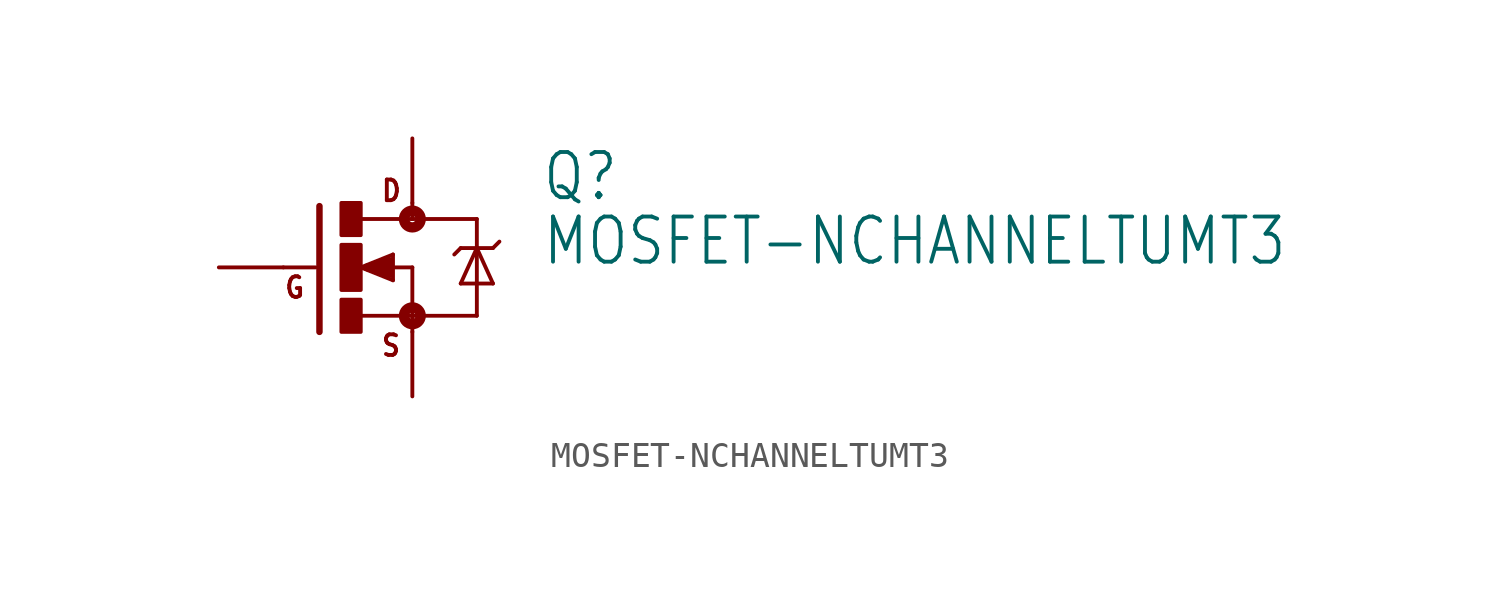
<source format=kicad_sym>
(kicad_symbol_lib
  (version 20211014)
  (generator kicad_symbol_editor)
  (symbol "MOSFET-NCHANNELTUMT3"
    (property "Reference" "Q"
      (at 5.08 2.54 0)
      (effects (font (size 1.778 1.511)) (justify left bottom)))
    (property "Value" "MOSFET-NCHANNELTUMT3"
      (at 5.08 0 0)
      (effects (font (size 1.778 1.511)) (justify left bottom)))
    (property "ki_locked" ""
      (at 0 0 0)
      (effects (font (size 1.27 1.27))))
    (symbol "MOSFET-NCHANNELTUMT3_1_0"
      (rectangle (start -2.794 -2.54) (end -2.032 -1.27) (stroke (width 0) (type default) (color 0 0 0 0)) (fill (type outline)))
      (rectangle (start -2.794 -0.889) (end -2.032 0.889) (stroke (width 0) (type default) (color 0 0 0 0)) (fill (type outline)))
      (rectangle (start -2.794 1.27) (end -2.032 2.54) (stroke (width 0) (type default) (color 0 0 0 0)) (fill (type outline)))
      (circle (center 0 -1.905) (radius 0.127) (stroke (width 0.406) (type default) (color 0 0 0 0)) (fill (type none)))
      (polyline (pts (xy -3.81 0) (xy -5.08 0)) (stroke (width 0.152) (type default) (color 0 0 0 0)) (fill (type none)))
      (polyline (pts (xy -3.658 2.413) (xy -3.658 -2.54)) (stroke (width 0.254) (type default) (color 0 0 0 0)) (fill (type none)))
      (polyline (pts (xy -2.032 -1.905) (xy 0 -1.905)) (stroke (width 0.152) (type default) (color 0 0 0 0)) (fill (type none)))
      (polyline (pts (xy -2.032 0) (xy -0.762 -0.508)) (stroke (width 0.152) (type default) (color 0 0 0 0)) (fill (type none)))
      (polyline (pts (xy -1.778 0) (xy -0.889 -0.254)) (stroke (width 0.305) (type default) (color 0 0 0 0)) (fill (type none)))
      (polyline (pts (xy -0.889 -0.254) (xy -0.889 0)) (stroke (width 0.305) (type default) (color 0 0 0 0)) (fill (type none)))
      (polyline (pts (xy -0.889 0) (xy -1.143 0)) (stroke (width 0.305) (type default) (color 0 0 0 0)) (fill (type none)))
      (polyline (pts (xy -0.889 0) (xy 0 0)) (stroke (width 0.152) (type default) (color 0 0 0 0)) (fill (type none)))
      (polyline (pts (xy -0.889 0.254) (xy -1.778 0)) (stroke (width 0.305) (type default) (color 0 0 0 0)) (fill (type none)))
      (polyline (pts (xy -0.762 -0.508) (xy -0.762 0.508)) (stroke (width 0.152) (type default) (color 0 0 0 0)) (fill (type none)))
      (polyline (pts (xy -0.762 0.508) (xy -2.032 0)) (stroke (width 0.152) (type default) (color 0 0 0 0)) (fill (type none)))
      (polyline (pts (xy 0 -1.905) (xy 0 -2.54)) (stroke (width 0.152) (type default) (color 0 0 0 0)) (fill (type none)))
      (polyline (pts (xy 0 0) (xy 0 -1.905)) (stroke (width 0.152) (type default) (color 0 0 0 0)) (fill (type none)))
      (polyline (pts (xy 0 1.905) (xy -2.007 1.905)) (stroke (width 0.152) (type default) (color 0 0 0 0)) (fill (type none)))
      (polyline (pts (xy 0 1.905) (xy 2.54 1.905)) (stroke (width 0.152) (type default) (color 0 0 0 0)) (fill (type none)))
      (polyline (pts (xy 0 2.54) (xy 0 1.905)) (stroke (width 0.152) (type default) (color 0 0 0 0)) (fill (type none)))
      (polyline (pts (xy 1.905 -0.635) (xy 3.175 -0.635)) (stroke (width 0.152) (type default) (color 0 0 0 0)) (fill (type none)))
      (polyline (pts (xy 1.905 0.762) (xy 1.651 0.508)) (stroke (width 0.152) (type default) (color 0 0 0 0)) (fill (type none)))
      (polyline (pts (xy 1.905 0.762) (xy 2.54 0.762)) (stroke (width 0.152) (type default) (color 0 0 0 0)) (fill (type none)))
      (polyline (pts (xy 2.54 -1.905) (xy 0 -1.905)) (stroke (width 0.152) (type default) (color 0 0 0 0)) (fill (type none)))
      (polyline (pts (xy 2.54 0.762) (xy 1.905 -0.635)) (stroke (width 0.152) (type default) (color 0 0 0 0)) (fill (type none)))
      (polyline (pts (xy 2.54 0.762) (xy 2.54 -1.905)) (stroke (width 0.152) (type default) (color 0 0 0 0)) (fill (type none)))
      (polyline (pts (xy 2.54 0.762) (xy 3.175 0.762)) (stroke (width 0.152) (type default) (color 0 0 0 0)) (fill (type none)))
      (polyline (pts (xy 2.54 1.905) (xy 2.54 0.762)) (stroke (width 0.152) (type default) (color 0 0 0 0)) (fill (type none)))
      (polyline (pts (xy 3.175 -0.635) (xy 2.54 0.762)) (stroke (width 0.152) (type default) (color 0 0 0 0)) (fill (type none)))
      (polyline (pts (xy 3.175 0.762) (xy 3.429 1.016)) (stroke (width 0.152) (type default) (color 0 0 0 0)) (fill (type none)))
      (circle (center 0 1.905) (radius 0.127) (stroke (width 0.406) (type default) (color 0 0 0 0)) (fill (type none)))
      (text "D" (at -1.27 2.54 0) (effects (font (size 0.813 0.691)) (justify left bottom)))
      (text "G" (at -5.08 -1.27 0) (effects (font (size 0.813 0.691)) (justify left bottom)))
      (text "S" (at -1.27 -3.556 0) (effects (font (size 0.813 0.691)) (justify left bottom)))
      (pin passive line (at -7.62 0 0) (length 2.54) (name "G" (effects (font (size 0 0)))) (number "1" (effects (font (size 0 0)))))
      (pin passive line (at 0 -5.08 90) (length 2.54) (name "S" (effects (font (size 0 0)))) (number "2" (effects (font (size 0 0)))))
      (pin passive line (at 0 5.08 270) (length 2.54) (name "D" (effects (font (size 0 0)))) (number "3" (effects (font (size 0 0))))))))
</source>
